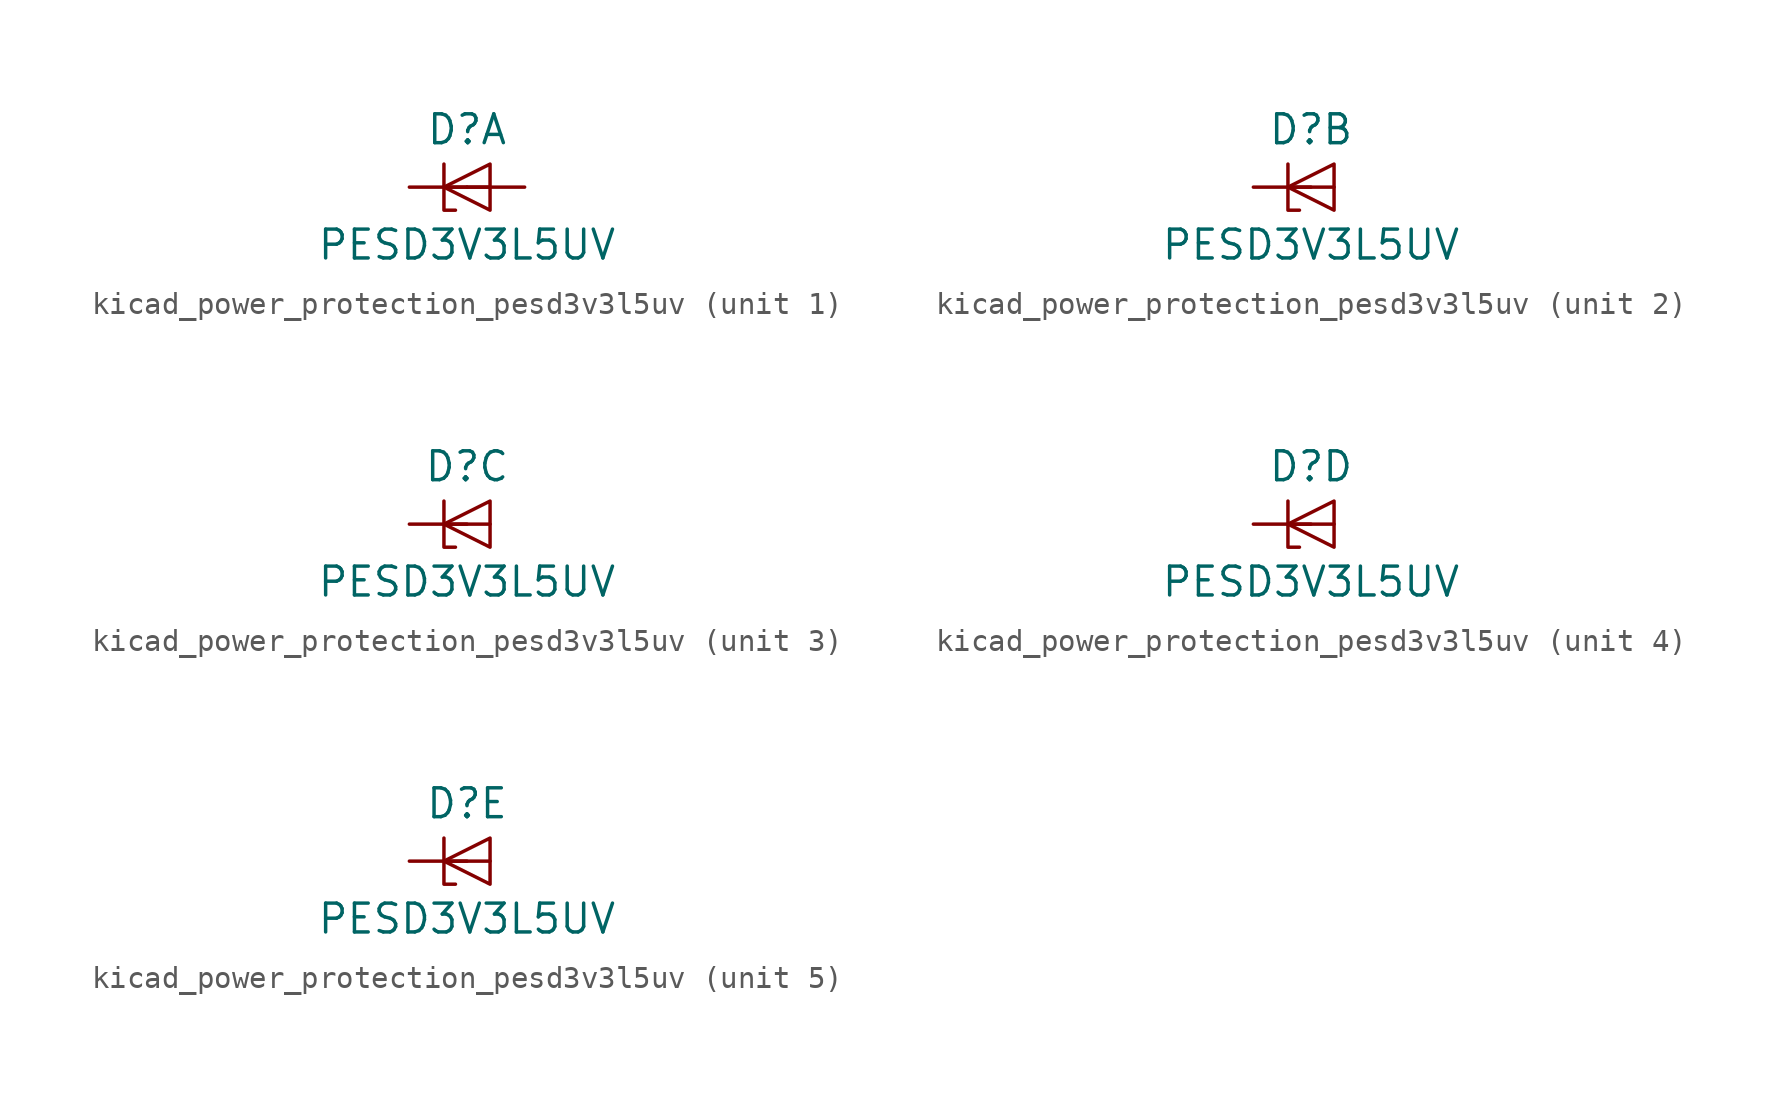
<source format=kicad_sym>
(kicad_symbol_lib
  (version 20220914)
  (generator kicad_symbol_editor)
  (symbol "kicad_power_protection_pesd3v3l5uv"
    (pin_numbers hide)
    (pin_names hide)
    (property "Reference" "D"
      (at 0 2.54 0)
      (effects (font (size 1.27 1.27))))
    (property "Value" "PESD3V3L5UV"
      (at 0 -2.54 0)
      (effects (font (size 1.27 1.27))))
    (property "ki_locked" ""
      (at 0 0 0)
      (effects (font (size 1.27 1.27))))
    (symbol "kicad_power_protection_pesd3v3l5uv_0_1"
      (polyline (pts (xy -1.016 0) (xy 1.016 0)) (stroke (width 0) (type default)) (fill (type none)))
      (polyline (pts (xy -1.016 1.016) (xy -1.016 -1.016) (xy -0.508 -1.016)) (stroke (width 0) (type default)) (fill (type none)))
      (polyline (pts (xy 1.016 1.016) (xy -1.016 0) (xy 1.016 -1.016) (xy 1.016 1.016)) (stroke (width 0) (type default)) (fill (type none))))
    (symbol "kicad_power_protection_pesd3v3l5uv_1_1"
      (pin passive line (at -2.54 0 0) (length 2.54) (name "K1" (effects (font (size 1.27 1.27)))) (number "1" (effects (font (size 1.27 1.27)))))
      (pin passive line (at 2.54 0 180) (length 2.54) (name "A" (effects (font (size 1.27 1.27)))) (number "2" (effects (font (size 1.27 1.27))))))
    (symbol "kicad_power_protection_pesd3v3l5uv_2_1"
      (pin passive line (at -2.54 0 0) (length 2.54) (name "K2" (effects (font (size 1.27 1.27)))) (number "3" (effects (font (size 1.27 1.27))))))
    (symbol "kicad_power_protection_pesd3v3l5uv_3_1"
      (pin passive line (at -2.54 0 0) (length 2.54) (name "K3" (effects (font (size 1.27 1.27)))) (number "4" (effects (font (size 1.27 1.27))))))
    (symbol "kicad_power_protection_pesd3v3l5uv_4_1"
      (pin passive line (at -2.54 0 0) (length 2.54) (name "K4" (effects (font (size 1.27 1.27)))) (number "5" (effects (font (size 1.27 1.27))))))
    (symbol "kicad_power_protection_pesd3v3l5uv_5_1"
      (pin passive line (at -2.54 0 0) (length 2.54) (name "K5" (effects (font (size 1.27 1.27)))) (number "6" (effects (font (size 1.27 1.27))))))))
</source>
